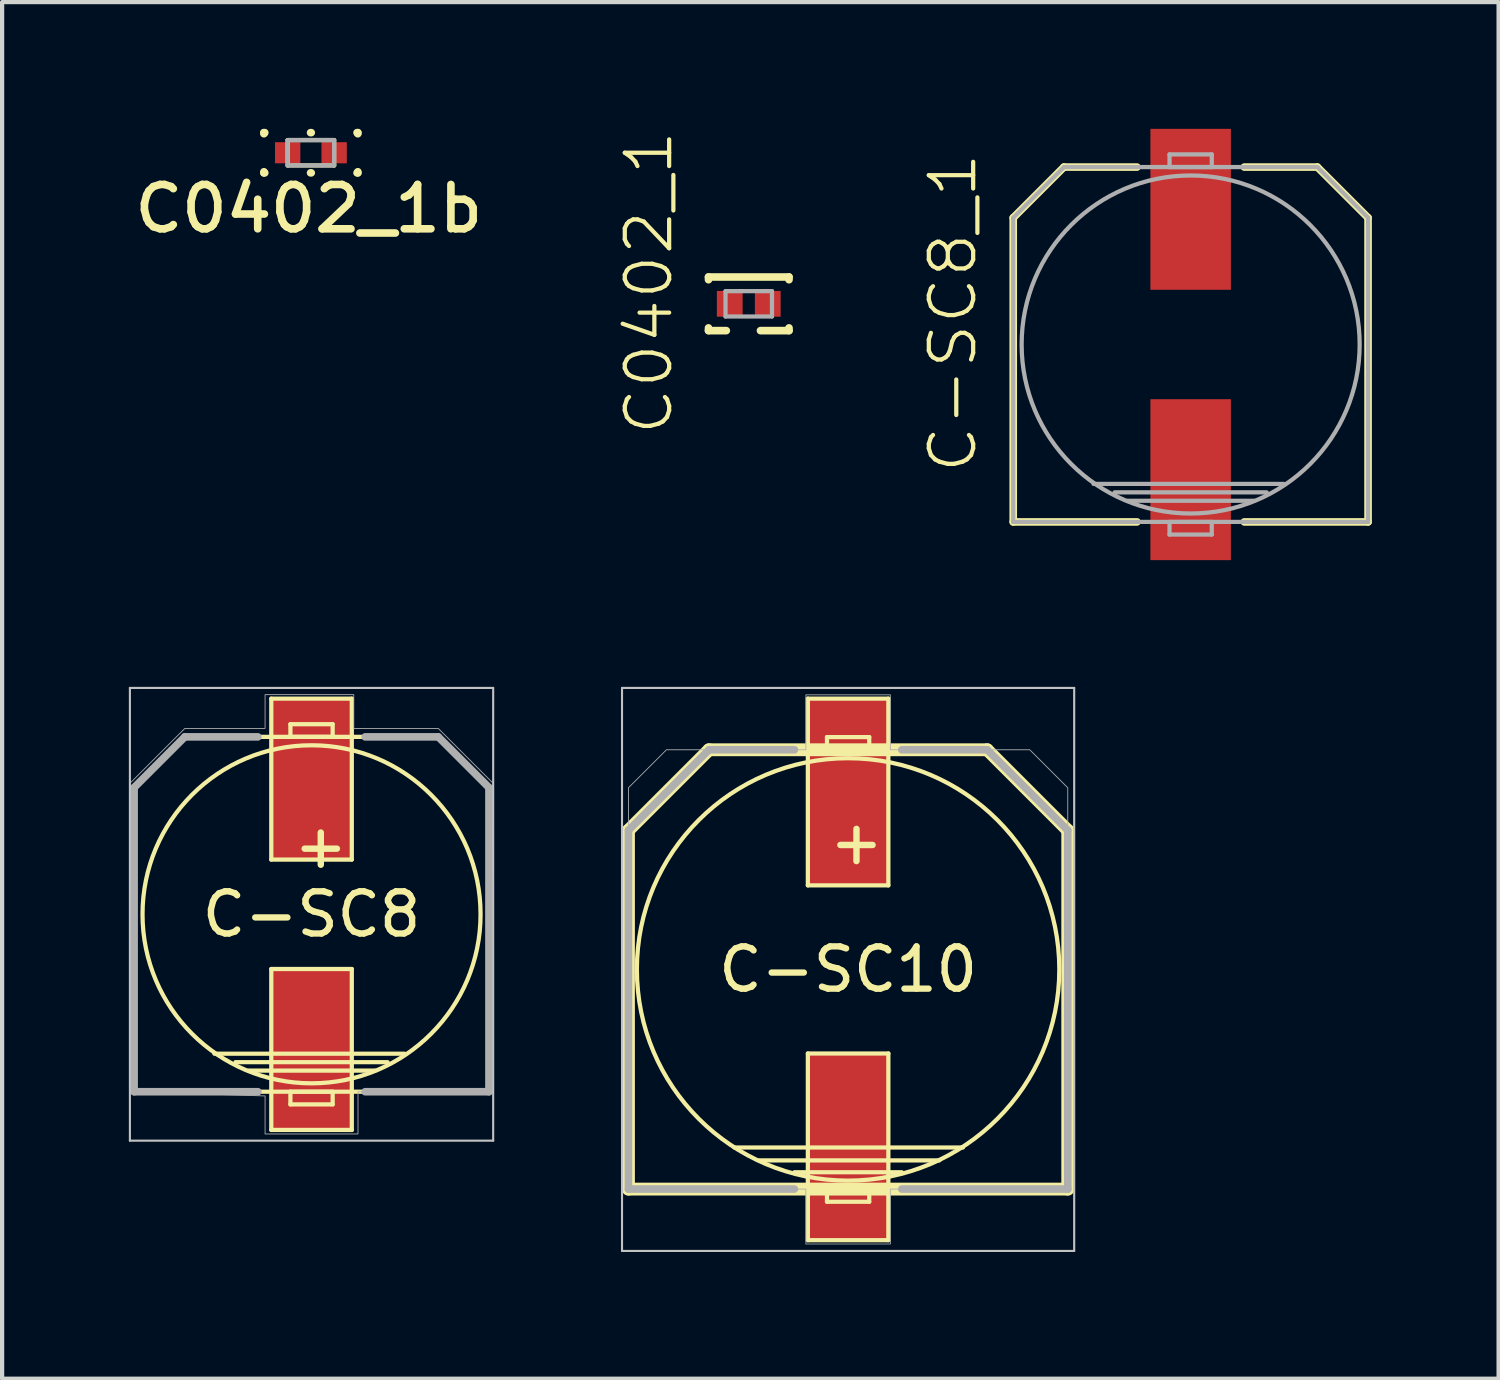
<source format=kicad_pcb>
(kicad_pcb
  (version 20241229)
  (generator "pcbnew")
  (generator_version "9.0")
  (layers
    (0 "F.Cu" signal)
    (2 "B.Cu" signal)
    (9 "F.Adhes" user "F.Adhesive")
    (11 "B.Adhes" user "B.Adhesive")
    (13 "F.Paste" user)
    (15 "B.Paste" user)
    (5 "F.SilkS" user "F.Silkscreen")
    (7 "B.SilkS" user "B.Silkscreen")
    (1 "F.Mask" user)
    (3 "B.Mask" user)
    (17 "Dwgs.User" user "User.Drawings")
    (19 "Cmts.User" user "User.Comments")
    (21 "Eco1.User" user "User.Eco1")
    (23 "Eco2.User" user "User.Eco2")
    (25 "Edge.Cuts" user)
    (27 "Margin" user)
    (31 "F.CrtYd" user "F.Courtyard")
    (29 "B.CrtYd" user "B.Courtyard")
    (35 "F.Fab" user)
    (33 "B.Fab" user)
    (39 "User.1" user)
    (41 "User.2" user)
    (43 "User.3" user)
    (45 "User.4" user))
  (footprint "C-SC8_1"
    (layer "F.Cu")
    (at 25.136 5.105)
    (property "Reference" "C-SC8_1" (at -5.629 -0.749 90) (unlocked yes) (layer "F.SilkS") (effects (font (size 1.05 1.104) (thickness 0.1))))
    (attr smd)
    (fp_line (start -4.2 -3) (end -3 -4.2) (stroke (width 0.18) (type solid)) (layer "F.SilkS"))
    (fp_line (start -4.2 4.2) (end -4.2 -3) (stroke (width 0.18) (type solid)) (layer "F.SilkS"))
    (fp_line (start -4.2 4.2) (end -1.27 4.2) (stroke (width 0.18) (type solid)) (layer "F.SilkS"))
    (fp_line (start -3 -4.2) (end -1.27 -4.2) (stroke (width 0.18) (type solid)) (layer "F.SilkS"))
    (fp_line (start 1.27 -4.2) (end 3 -4.2) (stroke (width 0.18) (type solid)) (layer "F.SilkS"))
    (fp_line (start 1.27 4.2) (end 4.2 4.2) (stroke (width 0.18) (type solid)) (layer "F.SilkS"))
    (fp_line (start 3 -4.2) (end 4.2 -3) (stroke (width 0.18) (type solid)) (layer "F.SilkS"))
    (fp_line (start 4.2 4.2) (end 4.2 -3) (stroke (width 0.18) (type solid)) (layer "F.SilkS"))
    (fp_line (start -4.2 -3) (end -3 -4.2) (stroke (width 0.1) (type solid)) (layer "F.Fab"))
    (fp_line (start -4.2 4.2) (end -4.2 -3) (stroke (width 0.1) (type solid)) (layer "F.Fab"))
    (fp_line (start -4.2 4.2) (end 4.2 4.2) (stroke (width 0.1) (type solid)) (layer "F.Fab"))
    (fp_line (start -3 -4.2) (end 3 -4.2) (stroke (width 0.1) (type solid)) (layer "F.Fab"))
    (fp_line (start -2.3 3.3) (end 2.2 3.3) (stroke (width 0.1) (type solid)) (layer "F.Fab"))
    (fp_line (start -1.8 3.5) (end 1.8 3.5) (stroke (width 0.1) (type solid)) (layer "F.Fab"))
    (fp_line (start -1.5 3.7) (end 1.5 3.7) (stroke (width 0.1) (type solid)) (layer "F.Fab"))
    (fp_line (start -0.5 -4.5) (end 0.5 -4.5) (stroke (width 0.1) (type solid)) (layer "F.Fab"))
    (fp_line (start -0.5 -4.2) (end -0.5 -4.5) (stroke (width 0.1) (type solid)) (layer "F.Fab"))
    (fp_line (start -0.5 -4.2) (end 0.5 -4.2) (stroke (width 0.1) (type solid)) (layer "F.Fab"))
    (fp_line (start -0.5 4.2) (end 0.5 4.2) (stroke (width 0.1) (type solid)) (layer "F.Fab"))
    (fp_line (start -0.5 4.5) (end -0.5 4.2) (stroke (width 0.1) (type solid)) (layer "F.Fab"))
    (fp_line (start -0.5 4.5) (end 0.5 4.5) (stroke (width 0.1) (type solid)) (layer "F.Fab"))
    (fp_line (start 0.5 -4.2) (end 0.5 -4.5) (stroke (width 0.1) (type solid)) (layer "F.Fab"))
    (fp_line (start 0.5 4.5) (end 0.5 4.2) (stroke (width 0.1) (type solid)) (layer "F.Fab"))
    (fp_line (start 3 -4.2) (end 4.2 -3) (stroke (width 0.1) (type solid)) (layer "F.Fab"))
    (fp_line (start 4.2 4.2) (end 4.2 -3) (stroke (width 0.1) (type solid)) (layer "F.Fab"))
    (fp_circle (center 0 0) (end 4.001 0) (stroke (width 0.1) (type solid)) (fill no) (layer "F.Fab"))
    (pad "+" smd rect (at 0 -3.2) (size 1.905 3.81) (layers "F.Cu" "F.Mask" "F.Paste"))
    (pad "-" smd rect (at 0 3.2) (size 1.905 3.81) (layers "F.Cu" "F.Mask" "F.Paste")))
  (footprint "C0402_1"
    (layer "F.Cu")
    (at 14.675 4.142)
    (property "Reference" "C0402_1" (at -2.365 -0.501 90) (unlocked yes) (layer "F.SilkS") (effects (font (size 1.05 1.104) (thickness 0.1))))
    (attr smd)
    (fp_line (start -0.953 -0.635) (end 0.953 -0.635) (stroke (width 0.18) (type solid)) (layer "F.SilkS"))
    (fp_line (start -0.953 -0.57) (end -0.953 -0.635) (stroke (width 0.18) (type solid)) (layer "F.SilkS"))
    (fp_line (start -0.953 0.635) (end -0.953 0.57) (stroke (width 0.18) (type solid)) (layer "F.SilkS"))
    (fp_line (start -0.953 0.635) (end -0.531 0.635) (stroke (width 0.18) (type solid)) (layer "F.SilkS"))
    (fp_line (start 0.277 0.635) (end 0.953 0.635) (stroke (width 0.18) (type solid)) (layer "F.SilkS"))
    (fp_line (start 0.953 -0.57) (end 0.953 -0.635) (stroke (width 0.18) (type solid)) (layer "F.SilkS"))
    (fp_line (start 0.953 0.635) (end 0.953 0.57) (stroke (width 0.18) (type solid)) (layer "F.SilkS"))
    (fp_line (start -0.55 -0.3) (end 0.55 -0.3) (stroke (width 0.1) (type solid)) (layer "F.Fab"))
    (fp_line (start -0.55 0.3) (end -0.55 -0.3) (stroke (width 0.1) (type solid)) (layer "F.Fab"))
    (fp_line (start -0.55 0.3) (end 0.55 0.3) (stroke (width 0.1) (type solid)) (layer "F.Fab"))
    (fp_line (start 0.55 0.3) (end 0.55 -0.3) (stroke (width 0.1) (type solid)) (layer "F.Fab"))
    (pad "1" smd rect (at -0.45 0) (size 0.61 0.61) (layers "F.Cu" "F.Mask" "F.Paste"))
    (pad "2" smd rect (at 0.45 0) (size 0.61 0.61) (layers "F.Cu" "F.Mask" "F.Paste")))
  (footprint "C-SC8"
    (placed yes)
    (layer "F.Cu")
    (at 4.325 18.594)
    (property "Reference" "C-SC8" (at 0 0 0) (layer "F.SilkS") (effects (font (size 1 1) (thickness 0.15))))
    (attr through_hole)
    (fp_line (start -4.2 -3) (end -4.2 4.2) (stroke (width 0.1) (type solid)) (layer "F.SilkS"))
    (fp_line (start -4.2 4.2) (end 4.2 4.2) (stroke (width 0.1) (type solid)) (layer "F.SilkS"))
    (fp_line (start -3 -4.2) (end -4.2 -3) (stroke (width 0.1) (type solid)) (layer "F.SilkS"))
    (fp_line (start -2.3 3.3) (end 2.2 3.3) (stroke (width 0.1) (type solid)) (layer "F.SilkS"))
    (fp_line (start -1.8 3.5) (end 1.8 3.5) (stroke (width 0.1) (type solid)) (layer "F.SilkS"))
    (fp_line (start -1.5 3.7) (end 1.5 3.7) (stroke (width 0.1) (type solid)) (layer "F.SilkS"))
    (fp_line (start -0.953 -5.105) (end 0.953 -5.105) (stroke (width 0.1) (type solid)) (layer "F.SilkS"))
    (fp_line (start -0.953 -1.295) (end -0.953 -5.105) (stroke (width 0.1) (type solid)) (layer "F.SilkS"))
    (fp_line (start -0.953 1.295) (end 0.953 1.295) (stroke (width 0.1) (type solid)) (layer "F.SilkS"))
    (fp_line (start -0.953 5.105) (end -0.953 1.295) (stroke (width 0.1) (type solid)) (layer "F.SilkS"))
    (fp_line (start -0.5 -4.5) (end -0.5 -4.2) (stroke (width 0.1) (type solid)) (layer "F.SilkS"))
    (fp_line (start -0.5 -4.2) (end 0.5 -4.2) (stroke (width 0.1) (type solid)) (layer "F.SilkS"))
    (fp_line (start -0.5 4.2) (end -0.5 4.5) (stroke (width 0.1) (type solid)) (layer "F.SilkS"))
    (fp_line (start -0.5 4.5) (end 0.5 4.5) (stroke (width 0.1) (type solid)) (layer "F.SilkS"))
    (fp_line (start 0.5 -4.5) (end -0.5 -4.5) (stroke (width 0.1) (type solid)) (layer "F.SilkS"))
    (fp_line (start 0.5 -4.2) (end 0.5 -4.5) (stroke (width 0.1) (type solid)) (layer "F.SilkS"))
    (fp_line (start 0.5 4.2) (end -0.5 4.2) (stroke (width 0.1) (type solid)) (layer "F.SilkS"))
    (fp_line (start 0.5 4.5) (end 0.5 4.2) (stroke (width 0.1) (type solid)) (layer "F.SilkS"))
    (fp_line (start 0.953 -5.105) (end 0.953 -1.295) (stroke (width 0.1) (type solid)) (layer "F.SilkS"))
    (fp_line (start 0.953 -1.295) (end -0.953 -1.295) (stroke (width 0.1) (type solid)) (layer "F.SilkS"))
    (fp_line (start 0.953 1.295) (end 0.953 5.105) (stroke (width 0.1) (type solid)) (layer "F.SilkS"))
    (fp_line (start 0.953 5.105) (end -0.953 5.105) (stroke (width 0.1) (type solid)) (layer "F.SilkS"))
    (fp_line (start 3 -4.2) (end -3 -4.2) (stroke (width 0.1) (type solid)) (layer "F.SilkS"))
    (fp_line (start 4.2 -3) (end 3 -4.2) (stroke (width 0.1) (type solid)) (layer "F.SilkS"))
    (fp_line (start 4.2 4.2) (end 4.2 -3) (stroke (width 0.1) (type solid)) (layer "F.SilkS"))
    (fp_arc (start 4.00125 0) (mid -4.00125 0) (end 4.00125 0) (stroke (width 0.1) (type solid)) (layer "F.SilkS"))
    (fp_line (start -4.3 -5.359) (end 4.3 -5.359) (stroke (width 0.05) (type solid)) (layer "Dwgs.User"))
    (fp_line (start -4.3 5.359) (end -4.3 -5.359) (stroke (width 0.05) (type solid)) (layer "Dwgs.User"))
    (fp_line (start 4.3 -5.359) (end 4.3 5.359) (stroke (width 0.05) (type solid)) (layer "Dwgs.User"))
    (fp_line (start 4.3 5.359) (end -4.3 5.359) (stroke (width 0.05) (type solid)) (layer "Dwgs.User"))
    (fp_line (start -4.2 -3) (end -3 -4.2) (stroke (width 0.18) (type solid)) (layer "F.Fab"))
    (fp_line (start -4.2 4.2) (end -4.2 -3) (stroke (width 0.18) (type solid)) (layer "F.Fab"))
    (fp_line (start -3 -4.2) (end -1.27 -4.2) (stroke (width 0.18) (type solid)) (layer "F.Fab"))
    (fp_line (start -1.27 4.2) (end -4.2 4.2) (stroke (width 0.18) (type solid)) (layer "F.Fab"))
    (fp_line (start 1.27 -4.2) (end 3 -4.2) (stroke (width 0.18) (type solid)) (layer "F.Fab"))
    (fp_line (start 3 -4.2) (end 4.2 -3) (stroke (width 0.18) (type solid)) (layer "F.Fab"))
    (fp_line (start 4.2 -3) (end 4.2 4.2) (stroke (width 0.18) (type solid)) (layer "F.Fab"))
    (fp_line (start 4.2 4.2) (end 1.27 4.2) (stroke (width 0.18) (type solid)) (layer "F.Fab"))
    (fp_poly (pts (xy -1.1 5.2) (xy -1.1 4.3) (xy -4.3 4.2) (xy -4.3 -3.1) (xy -3 -4.4) (xy -1.1 -4.4) (xy -1.1 -5.2) (xy 1 -5.2) (xy 1 -4.4) (xy 3 -4.4) (xy 4.3 -3.1) (xy 4.2 4.2) (xy 1.3 4.2) (xy 1.1 4.2) (xy 1.1 5.2)) (stroke (width 0.02) (type solid)) (fill no) (layer "F.Fab"))
    (fp_text user "+" (at -0.5 -1.628 0) (layer "F.SilkS") (effects (font (size 1 1) (thickness 0.152)) (justify left)))
    (pad "+" smd rect (at 0 -3.2) (size 1.905 3.81) (layers "F.Cu" "F.Mask" "F.Paste"))
    (pad "-" smd rect (at 0 3.2) (size 1.905 3.81) (layers "F.Cu" "F.Mask" "F.Paste")))
  (footprint "C0402_1b"
    (layer "F.Cu")
    (at 4.31 0.566)
    (property "Reference" "C0402_1b" (at -0.05 1.324 0) (unlocked yes) (layer "F.SilkS") (effects (font (size 1.05 1.104) (thickness 0.18))))
    (attr smd)
    (fp_line (start -1.112 -0.476) (end -1.092 -0.476) (stroke (width 0.18) (type solid)) (layer "F.SilkS"))
    (fp_line (start -1.112 -0.45) (end -1.112 -0.476) (stroke (width 0.18) (type solid)) (layer "F.SilkS"))
    (fp_line (start -1.112 0.476) (end -1.112 0.45) (stroke (width 0.18) (type solid)) (layer "F.SilkS"))
    (fp_line (start -1.112 0.476) (end -1.092 0.476) (stroke (width 0.18) (type solid)) (layer "F.SilkS"))
    (fp_line (start -0.55 -0.3) (end 0.55 -0.3) (stroke (width 0.1) (type solid)) (layer "F.SilkS"))
    (fp_line (start -0.55 0.3) (end -0.55 -0.3) (stroke (width 0.1) (type solid)) (layer "F.SilkS"))
    (fp_line (start -0.55 0.3) (end 0.55 0.3) (stroke (width 0.1) (type solid)) (layer "F.SilkS"))
    (fp_line (start -0.008 -0.476) (end 0.008 -0.476) (stroke (width 0.18) (type solid)) (layer "F.SilkS"))
    (fp_line (start -0.008 0.476) (end 0.008 0.476) (stroke (width 0.18) (type solid)) (layer "F.SilkS"))
    (fp_line (start 0.55 0.3) (end 0.55 -0.3) (stroke (width 0.1) (type solid)) (layer "F.SilkS"))
    (fp_line (start 1.092 -0.476) (end 1.111 -0.476) (stroke (width 0.18) (type solid)) (layer "F.SilkS"))
    (fp_line (start 1.092 0.476) (end 1.111 0.476) (stroke (width 0.18) (type solid)) (layer "F.SilkS"))
    (fp_line (start 1.111 -0.45) (end 1.111 -0.476) (stroke (width 0.18) (type solid)) (layer "F.SilkS"))
    (fp_line (start 1.111 0.476) (end 1.111 0.45) (stroke (width 0.18) (type solid)) (layer "F.SilkS"))
    (fp_line (start -0.55 -0.3) (end 0.55 -0.3) (stroke (width 0.1) (type solid)) (layer "F.Fab"))
    (fp_line (start -0.55 0.3) (end -0.55 -0.3) (stroke (width 0.1) (type solid)) (layer "F.Fab"))
    (fp_line (start -0.55 0.3) (end 0.55 0.3) (stroke (width 0.1) (type solid)) (layer "F.Fab"))
    (fp_line (start 0.55 0.3) (end 0.55 -0.3) (stroke (width 0.1) (type solid)) (layer "F.Fab"))
    (pad "1" smd rect (at -0.55 0 270) (size 0.5 0.6) (layers "F.Cu" "F.Mask" "F.Paste"))
    (pad "2" smd rect (at 0.55 0 270) (size 0.5 0.6) (layers "F.Cu" "F.Mask" "F.Paste")))
  (footprint "C-SC10"
    (placed yes)
    (layer "F.Cu")
    (at 17.027 19.899)
    (property "Reference" "C-SC10" (at 0 0 0) (layer "F.SilkS") (effects (font (size 1 1) (thickness 0.15))))
    (attr through_hole)
    (fp_line (start -5.2 -3.293) (end -5.2 5.2) (stroke (width 0.305) (type solid)) (layer "F.SilkS"))
    (fp_line (start -5.2 5.2) (end 5.2 5.2) (stroke (width 0.305) (type solid)) (layer "F.SilkS"))
    (fp_line (start -3.293 -5.2) (end -5.2 -3.293) (stroke (width 0.305) (type solid)) (layer "F.SilkS"))
    (fp_line (start -2.692 4.216) (end 2.718 4.216) (stroke (width 0.1) (type solid)) (layer "F.SilkS"))
    (fp_line (start -2.108 4.521) (end 2.159 4.521) (stroke (width 0.1) (type solid)) (layer "F.SilkS"))
    (fp_line (start -1.27 4.801) (end 1.27 4.801) (stroke (width 0.1) (type solid)) (layer "F.SilkS"))
    (fp_line (start -0.953 -6.41) (end 0.953 -6.41) (stroke (width 0.1) (type solid)) (layer "F.SilkS"))
    (fp_line (start -0.953 -1.99) (end -0.953 -6.41) (stroke (width 0.1) (type solid)) (layer "F.SilkS"))
    (fp_line (start -0.953 1.99) (end 0.953 1.99) (stroke (width 0.1) (type solid)) (layer "F.SilkS"))
    (fp_line (start -0.953 6.41) (end -0.953 1.99) (stroke (width 0.1) (type solid)) (layer "F.SilkS"))
    (fp_line (start -0.5 -5.5) (end -0.5 -5.2) (stroke (width 0.1) (type solid)) (layer "F.SilkS"))
    (fp_line (start -0.5 -5.2) (end 0.5 -5.2) (stroke (width 0.1) (type solid)) (layer "F.SilkS"))
    (fp_line (start -0.5 5.2) (end -0.5 5.5) (stroke (width 0.1) (type solid)) (layer "F.SilkS"))
    (fp_line (start -0.5 5.5) (end 0.5 5.5) (stroke (width 0.1) (type solid)) (layer "F.SilkS"))
    (fp_line (start 0.5 -5.5) (end -0.5 -5.5) (stroke (width 0.1) (type solid)) (layer "F.SilkS"))
    (fp_line (start 0.5 -5.2) (end 0.5 -5.5) (stroke (width 0.1) (type solid)) (layer "F.SilkS"))
    (fp_line (start 0.5 5.2) (end -0.5 5.2) (stroke (width 0.1) (type solid)) (layer "F.SilkS"))
    (fp_line (start 0.5 5.5) (end 0.5 5.2) (stroke (width 0.1) (type solid)) (layer "F.SilkS"))
    (fp_line (start 0.953 -6.41) (end 0.953 -1.99) (stroke (width 0.1) (type solid)) (layer "F.SilkS"))
    (fp_line (start 0.953 -1.99) (end -0.953 -1.99) (stroke (width 0.1) (type solid)) (layer "F.SilkS"))
    (fp_line (start 0.953 1.99) (end 0.953 6.41) (stroke (width 0.1) (type solid)) (layer "F.SilkS"))
    (fp_line (start 0.953 6.41) (end -0.953 6.41) (stroke (width 0.1) (type solid)) (layer "F.SilkS"))
    (fp_line (start 3.293 -5.2) (end -3.293 -5.2) (stroke (width 0.305) (type solid)) (layer "F.SilkS"))
    (fp_line (start 5.2 -3.293) (end 3.293 -5.2) (stroke (width 0.305) (type solid)) (layer "F.SilkS"))
    (fp_line (start 5.2 5.2) (end 5.2 -3.293) (stroke (width 0.305) (type solid)) (layer "F.SilkS"))
    (fp_arc (start 5 0) (mid -5 0) (end 5 0) (stroke (width 0.1) (type solid)) (layer "F.SilkS"))
    (fp_line (start -5.352 -6.664) (end 5.352 -6.664) (stroke (width 0.05) (type solid)) (layer "Dwgs.User"))
    (fp_line (start -5.352 6.664) (end -5.352 -6.664) (stroke (width 0.05) (type solid)) (layer "Dwgs.User"))
    (fp_line (start 5.352 -6.664) (end 5.352 6.664) (stroke (width 0.05) (type solid)) (layer "Dwgs.User"))
    (fp_line (start 5.352 6.664) (end -5.352 6.664) (stroke (width 0.05) (type solid)) (layer "Dwgs.User"))
    (fp_line (start -5.2 -3.293) (end -3.293 -5.2) (stroke (width 0.18) (type solid)) (layer "F.Fab"))
    (fp_line (start -5.2 5.2) (end -5.2 -3.293) (stroke (width 0.18) (type solid)) (layer "F.Fab"))
    (fp_line (start -3.293 -5.2) (end -1.27 -5.2) (stroke (width 0.18) (type solid)) (layer "F.Fab"))
    (fp_line (start -1.27 5.2) (end -5.2 5.2) (stroke (width 0.18) (type solid)) (layer "F.Fab"))
    (fp_line (start 1.27 -5.2) (end 3.293 -5.2) (stroke (width 0.18) (type solid)) (layer "F.Fab"))
    (fp_line (start 3.293 -5.2) (end 5.2 -3.293) (stroke (width 0.18) (type solid)) (layer "F.Fab"))
    (fp_line (start 5.2 -3.293) (end 5.2 5.2) (stroke (width 0.18) (type solid)) (layer "F.Fab"))
    (fp_line (start 5.2 5.2) (end 1.27 5.2) (stroke (width 0.18) (type solid)) (layer "F.Fab"))
    (fp_poly (pts (xy -5.2 5.2) (xy -5.2 -4.3) (xy -4.3 -5.2) (xy -1 -5.2) (xy -1 -6.5) (xy 1 -6.5) (xy 1 -5.2) (xy 4.3 -5.2) (xy 5.2 -4.3) (xy 5.2 5.2) (xy 1 5.2) (xy 1 6.5) (xy -1 6.5) (xy -1 5.2)) (stroke (width 0.02) (type solid)) (fill no) (layer "F.Fab"))
    (fp_text user "+" (at -0.521 -3.02 0) (layer "F.SilkS") (effects (font (size 1 1) (thickness 0.152)) (justify left)))
    (pad "+" smd rect (at 0 -4.2) (size 1.905 4.42) (layers "F.Cu" "F.Mask" "F.Paste"))
    (pad "-" smd rect (at 0 4.2) (size 1.905 4.42) (layers "F.Cu" "F.Mask" "F.Paste")))
  (gr_rect
    (start -3 -3)
    (end 32.426 29.588)
    (stroke (width 0.1) (type default))
    (fill no)
    (layer "Edge.Cuts")))
</source>
